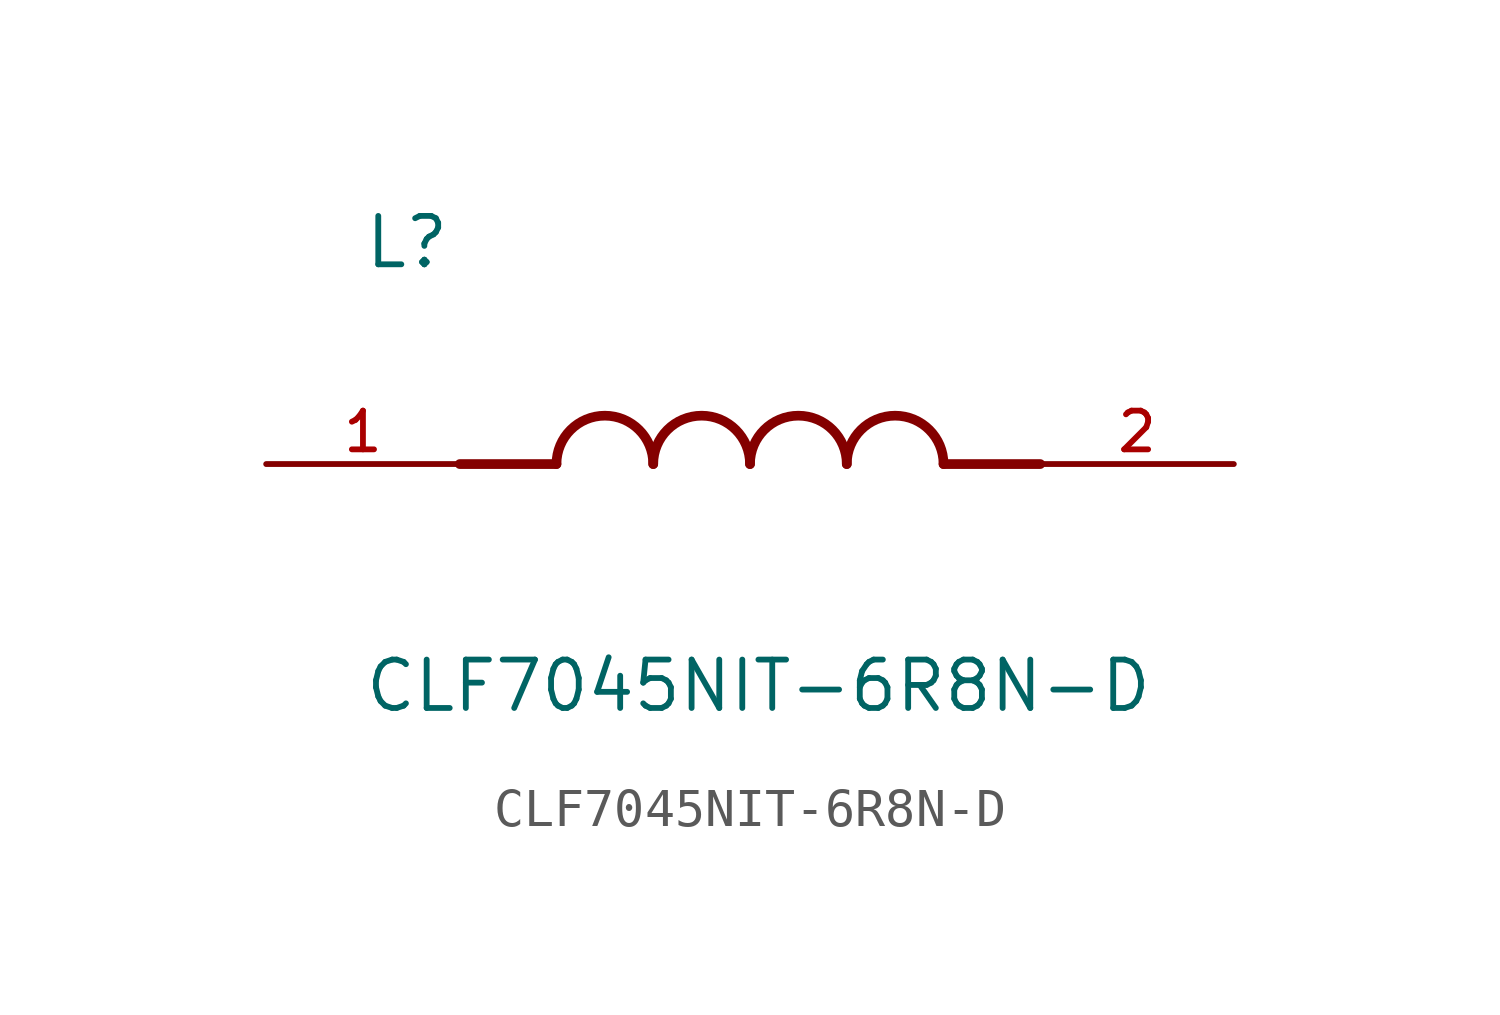
<source format=kicad_sym>
(kicad_symbol_lib
  (version 20211014)
  (generator kicad_symbol_editor)
  (symbol "CLF7045NIT-6R8N-D"
    (pin_names
      (offset 1.016))
    (property "Reference" "L"
      (at -10.16 5.08 0)
      (effects (font (size 1.27 1.27)) (justify bottom left)))
    (property "Value" "CLF7045NIT-6R8N-D"
      (at -10.16 -5.08 0)
      (effects (font (size 1.27 1.27)) (justify top left)))
    (symbol "CLF7045NIT-6R8N-D_0_0"
      (polyline (pts (xy -5.08 0.0) (xy -7.62 0.0)) (stroke (width 0.254)))
      (polyline (pts (xy 5.08 0.0) (xy 7.62 0.0)) (stroke (width 0.254)))
      (arc (start -2.54 0.0) (mid -3.81 1.27) (end -5.08 0.0) (stroke (width 0.254) (type default) (color 0 0 0 0)) (fill (type none)))
      (arc (start 0.0 0.0) (mid -1.27 1.27) (end -2.54 0.0) (stroke (width 0.254) (type default) (color 0 0 0 0)) (fill (type none)))
      (arc (start 2.54 0.0) (mid 1.27 1.27) (end 0.0 0.0) (stroke (width 0.254) (type default) (color 0 0 0 0)) (fill (type none)))
      (arc (start 5.08 0.0) (mid 3.81 1.27) (end 2.54 0.0) (stroke (width 0.254) (type default) (color 0 0 0 0)) (fill (type none)))
      (pin passive line (at -12.7 0.0 0) (length 5.08) (name "~" (effects (font (size 1.016 1.016)))) (number "1" (effects (font (size 1.016 1.016)))))
      (pin passive line (at 12.7 0.0 180.0) (length 5.08) (name "~" (effects (font (size 1.016 1.016)))) (number "2" (effects (font (size 1.016 1.016))))))))
</source>
